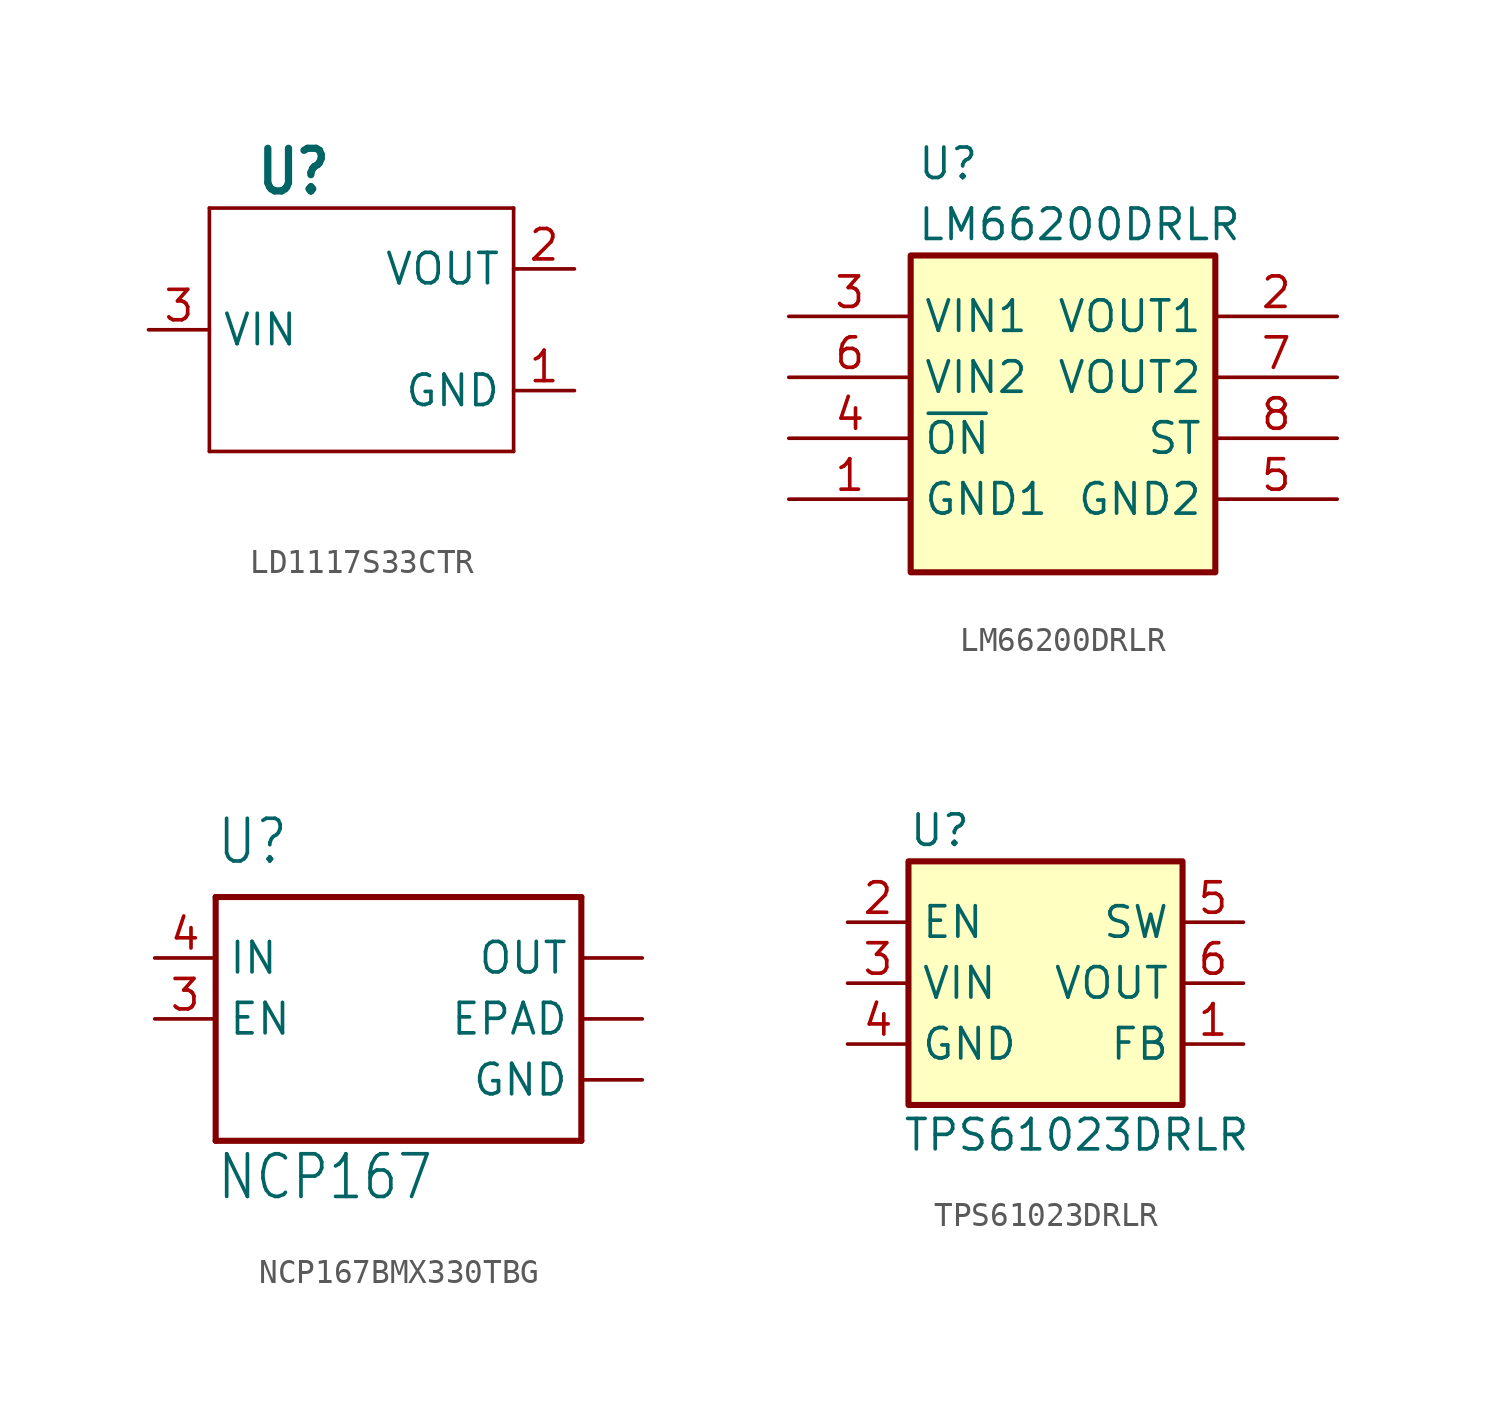
<source format=kicad_sym>
(kicad_symbol_lib
  (version 20241209)
  (generator "kicad_symbol_editor")
  (generator_version "9.0")
  (symbol "LD1117S33CTR"
    (property "Reference" "U"
      (at 1.88 0.483 0)
      (effects (font (size 1.778 1.511) (thickness 0.302) (bold yes)) (justify left bottom)))
    (property "Value" ""
      (at 1.499 -12.217 0)
      (effects (font (size 1.778 1.511) (thickness 0.302) (bold yes)) (justify left bottom)))
    (property "ki_locked" ""
      (at 0 0 0)
      (effects (font (size 1.27 1.27))))
    (symbol "LD1117S33CTR_1_0"
      (polyline (pts (xy 0 0) (xy 0 -10.16)) (stroke (width 0.152) (type solid)) (fill (type none)))
      (polyline (pts (xy 0 -10.16) (xy 12.7 -10.16)) (stroke (width 0.152) (type solid)) (fill (type none)))
      (polyline (pts (xy 12.7 0) (xy 0 0)) (stroke (width 0.152) (type solid)) (fill (type none)))
      (polyline (pts (xy 12.7 -10.16) (xy 12.7 0)) (stroke (width 0.152) (type solid)) (fill (type none)))
      (pin power_in line (at -2.54 -5.08 0) (length 2.54) (name "VIN" (effects (font (size 1.27 1.27)))) (number "3" (effects (font (size 1.27 1.27)))))
      (pin power_in line (at 15.24 -2.54 180) (length 2.54) (name "VOUT" (effects (font (size 1.27 1.27)))) (number "2" (effects (font (size 1.27 1.27)))))
      (pin passive line (at 15.24 -7.62 180) (length 2.54) (name "GND" (effects (font (size 1.27 1.27)))) (number "1" (effects (font (size 1.27 1.27)))))))
  (symbol "LM66200DRLR"
    (property "Reference" "U"
      (at -6.096 10.922 0)
      (effects (font (size 1.27 1.27)) (justify left top)))
    (property "Value" "LM66200DRLR"
      (at -6.096 8.382 0)
      (effects (font (size 1.27 1.27)) (justify left top)))
    (symbol "LM66200DRLR_1_1"
      (rectangle (start -6.35 6.35) (end 6.35 -6.858) (stroke (width 0.254) (type default)) (fill (type background)))
      (pin passive line (at -11.43 3.81 0) (length 5.08) (name "VIN1" (effects (font (size 1.27 1.27)))) (number "3" (effects (font (size 1.27 1.27)))))
      (pin passive line (at -11.43 1.27 0) (length 5.08) (name "VIN2" (effects (font (size 1.27 1.27)))) (number "6" (effects (font (size 1.27 1.27)))))
      (pin passive line (at -11.43 -1.27 0) (length 5.08) (name "~{ON}" (effects (font (size 1.27 1.27)))) (number "4" (effects (font (size 1.27 1.27)))))
      (pin passive line (at -11.43 -3.81 0) (length 5.08) (name "GND1" (effects (font (size 1.27 1.27)))) (number "1" (effects (font (size 1.27 1.27)))))
      (pin passive line (at 11.43 3.81 180) (length 5.08) (name "VOUT1" (effects (font (size 1.27 1.27)))) (number "2" (effects (font (size 1.27 1.27)))))
      (pin passive line (at 11.43 1.27 180) (length 5.08) (name "VOUT2" (effects (font (size 1.27 1.27)))) (number "7" (effects (font (size 1.27 1.27)))))
      (pin passive line (at 11.43 -1.27 180) (length 5.08) (name "ST" (effects (font (size 1.27 1.27)))) (number "8" (effects (font (size 1.27 1.27)))))
      (pin passive line (at 11.43 -3.81 180) (length 5.08) (name "GND2" (effects (font (size 1.27 1.27)))) (number "5" (effects (font (size 1.27 1.27)))))))
  (symbol "NCP167BMX330TBG"
    (property "Reference" "U"
      (at -7.624 6.358 0)
      (effects (font (size 1.779 1.512)) (justify left bottom)))
    (property "Value" "NCP167"
      (at -7.621 -7.623 0)
      (effects (font (size 1.778 1.512)) (justify left bottom)))
    (symbol "NCP167BMX330TBG_1_0"
      (polyline (pts (xy -7.62 5.08) (xy -7.62 -5.08)) (stroke (width 0.254) (type solid)) (fill (type none)))
      (polyline (pts (xy -7.62 -5.08) (xy 7.62 -5.08)) (stroke (width 0.254) (type solid)) (fill (type none)))
      (polyline (pts (xy 7.62 5.08) (xy -7.62 5.08)) (stroke (width 0.254) (type solid)) (fill (type none)))
      (polyline (pts (xy 7.62 -5.08) (xy 7.62 5.08)) (stroke (width 0.254) (type solid)) (fill (type none)))
      (pin input line (at -10.16 2.54 0) (length 2.54) (name "IN" (effects (font (size 1.27 1.27)))) (number "4" (effects (font (size 1.27 1.27)))))
      (pin input line (at -10.16 0 0) (length 2.54) (name "EN" (effects (font (size 1.27 1.27)))) (number "3" (effects (font (size 1.27 1.27)))))
      (pin power_in line (at 10.16 2.54 180) (length 2.54) (name "OUT" (effects (font (size 1.27 1.27)))) (number "1" (effects (font (size 0 0)))))
      (pin power_in line (at 10.16 0 180) (length 2.54) (name "EPAD" (effects (font (size 1.27 1.27)))) (number "5" (effects (font (size 0 0)))))
      (pin power_in line (at 10.16 -2.54 180) (length 2.54) (name "GND" (effects (font (size 1.27 1.27)))) (number "2" (effects (font (size 0 0)))))))
  (symbol "TPS61023DRLR"
    (property "Reference" "U"
      (at 2.54 4.572 0)
      (effects (font (size 1.27 1.27)) (justify left top)))
    (property "Value" "TPS61023DRLR"
      (at 2.286 -8.128 0)
      (effects (font (size 1.27 1.27)) (justify left top)))
    (symbol "TPS61023DRLR_1_1"
      (rectangle (start 2.54 2.54) (end 13.97 -7.62) (stroke (width 0.254) (type default)) (fill (type background)))
      (pin passive line (at 0 0 0) (length 2.54) (name "EN" (effects (font (size 1.27 1.27)))) (number "2" (effects (font (size 1.27 1.27)))))
      (pin passive line (at 0 -2.54 0) (length 2.54) (name "VIN" (effects (font (size 1.27 1.27)))) (number "3" (effects (font (size 1.27 1.27)))))
      (pin passive line (at 0 -5.08 0) (length 2.54) (name "GND" (effects (font (size 1.27 1.27)))) (number "4" (effects (font (size 1.27 1.27)))))
      (pin passive line (at 16.51 0 180) (length 2.54) (name "SW" (effects (font (size 1.27 1.27)))) (number "5" (effects (font (size 1.27 1.27)))))
      (pin passive line (at 16.51 -2.54 180) (length 2.54) (name "VOUT" (effects (font (size 1.27 1.27)))) (number "6" (effects (font (size 1.27 1.27)))))
      (pin passive line (at 16.51 -5.08 180) (length 2.54) (name "FB" (effects (font (size 1.27 1.27)))) (number "1" (effects (font (size 1.27 1.27))))))))
</source>
